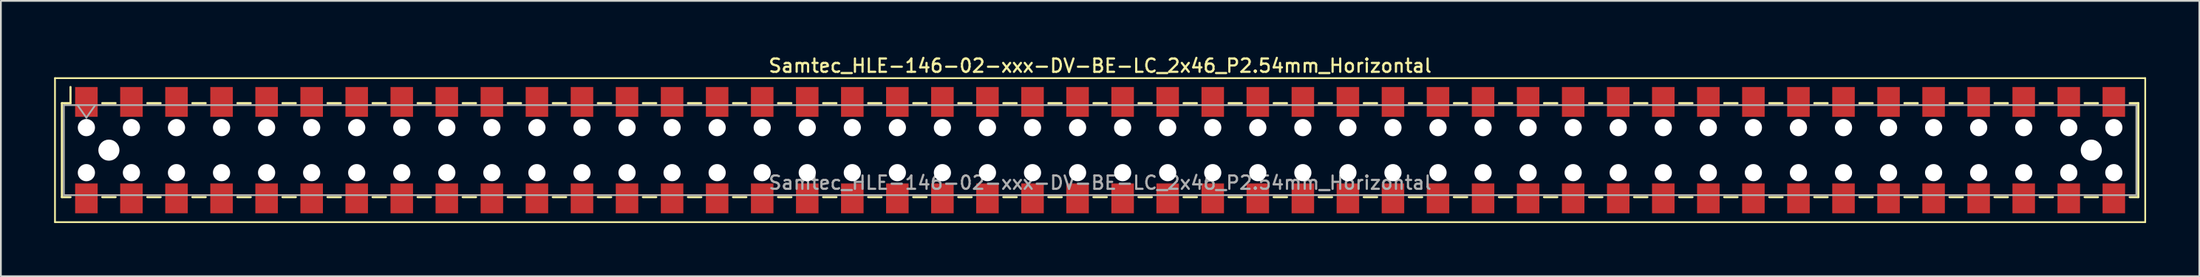
<source format=kicad_pcb>
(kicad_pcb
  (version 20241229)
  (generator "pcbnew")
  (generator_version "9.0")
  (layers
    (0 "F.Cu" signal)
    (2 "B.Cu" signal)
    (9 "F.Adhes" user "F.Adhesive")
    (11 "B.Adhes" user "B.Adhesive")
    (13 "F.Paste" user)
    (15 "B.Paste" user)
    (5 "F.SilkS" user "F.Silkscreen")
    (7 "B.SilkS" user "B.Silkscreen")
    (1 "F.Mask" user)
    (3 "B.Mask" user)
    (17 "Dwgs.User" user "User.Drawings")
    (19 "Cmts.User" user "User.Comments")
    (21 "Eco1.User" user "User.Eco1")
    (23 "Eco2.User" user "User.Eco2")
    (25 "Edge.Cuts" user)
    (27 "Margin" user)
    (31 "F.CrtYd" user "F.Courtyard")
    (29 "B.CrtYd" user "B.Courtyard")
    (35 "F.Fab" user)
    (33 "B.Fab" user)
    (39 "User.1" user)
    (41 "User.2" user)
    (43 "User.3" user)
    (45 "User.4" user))
  (footprint "Samtec_HLE-146-02-xxx-DV-BE-LC_2x46_P2.54mm_Horizontal"
    (layer "F.Cu")
    (at 58.97 5.418)
    (property "Reference" "Samtec_HLE-146-02-xxx-DV-BE-LC_2x46_P2.54mm_Horizontal" (at 0 -4.76 0) (layer "F.SilkS") (effects (font (size 0.75 0.75) (thickness 0.125))))
    (attr smd)
    (fp_line (start -58.92 -4.06) (end 58.92 -4.06) (stroke (width 0.1) (type solid)) (layer "F.SilkS"))
    (fp_line (start -58.92 4.06) (end -58.92 -4.06) (stroke (width 0.1) (type solid)) (layer "F.SilkS"))
    (fp_line (start -58.53 -2.65) (end -58.53 2.65) (stroke (width 0.12) (type solid)) (layer "F.SilkS"))
    (fp_line (start -58.53 2.65) (end -58.045 2.65) (stroke (width 0.12) (type solid)) (layer "F.SilkS"))
    (fp_line (start -58.045 -3.56) (end -58.045 -2.65) (stroke (width 0.12) (type solid)) (layer "F.SilkS"))
    (fp_line (start -58.045 -2.65) (end -58.53 -2.65) (stroke (width 0.12) (type solid)) (layer "F.SilkS"))
    (fp_line (start -56.255 -2.65) (end -55.505 -2.65) (stroke (width 0.12) (type solid)) (layer "F.SilkS"))
    (fp_line (start -56.255 2.65) (end -55.505 2.65) (stroke (width 0.12) (type solid)) (layer "F.SilkS"))
    (fp_line (start -53.715 -2.65) (end -52.965 -2.65) (stroke (width 0.12) (type solid)) (layer "F.SilkS"))
    (fp_line (start -53.715 2.65) (end -52.965 2.65) (stroke (width 0.12) (type solid)) (layer "F.SilkS"))
    (fp_line (start -51.175 -2.65) (end -50.425 -2.65) (stroke (width 0.12) (type solid)) (layer "F.SilkS"))
    (fp_line (start -51.175 2.65) (end -50.425 2.65) (stroke (width 0.12) (type solid)) (layer "F.SilkS"))
    (fp_line (start -48.635 -2.65) (end -47.885 -2.65) (stroke (width 0.12) (type solid)) (layer "F.SilkS"))
    (fp_line (start -48.635 2.65) (end -47.885 2.65) (stroke (width 0.12) (type solid)) (layer "F.SilkS"))
    (fp_line (start -46.095 -2.65) (end -45.345 -2.65) (stroke (width 0.12) (type solid)) (layer "F.SilkS"))
    (fp_line (start -46.095 2.65) (end -45.345 2.65) (stroke (width 0.12) (type solid)) (layer "F.SilkS"))
    (fp_line (start -43.555 -2.65) (end -42.805 -2.65) (stroke (width 0.12) (type solid)) (layer "F.SilkS"))
    (fp_line (start -43.555 2.65) (end -42.805 2.65) (stroke (width 0.12) (type solid)) (layer "F.SilkS"))
    (fp_line (start -41.015 -2.65) (end -40.265 -2.65) (stroke (width 0.12) (type solid)) (layer "F.SilkS"))
    (fp_line (start -41.015 2.65) (end -40.265 2.65) (stroke (width 0.12) (type solid)) (layer "F.SilkS"))
    (fp_line (start -38.475 -2.65) (end -37.725 -2.65) (stroke (width 0.12) (type solid)) (layer "F.SilkS"))
    (fp_line (start -38.475 2.65) (end -37.725 2.65) (stroke (width 0.12) (type solid)) (layer "F.SilkS"))
    (fp_line (start -35.935 -2.65) (end -35.185 -2.65) (stroke (width 0.12) (type solid)) (layer "F.SilkS"))
    (fp_line (start -35.935 2.65) (end -35.185 2.65) (stroke (width 0.12) (type solid)) (layer "F.SilkS"))
    (fp_line (start -33.395 -2.65) (end -32.645 -2.65) (stroke (width 0.12) (type solid)) (layer "F.SilkS"))
    (fp_line (start -33.395 2.65) (end -32.645 2.65) (stroke (width 0.12) (type solid)) (layer "F.SilkS"))
    (fp_line (start -30.855 -2.65) (end -30.105 -2.65) (stroke (width 0.12) (type solid)) (layer "F.SilkS"))
    (fp_line (start -30.855 2.65) (end -30.105 2.65) (stroke (width 0.12) (type solid)) (layer "F.SilkS"))
    (fp_line (start -28.315 -2.65) (end -27.565 -2.65) (stroke (width 0.12) (type solid)) (layer "F.SilkS"))
    (fp_line (start -28.315 2.65) (end -27.565 2.65) (stroke (width 0.12) (type solid)) (layer "F.SilkS"))
    (fp_line (start -25.775 -2.65) (end -25.025 -2.65) (stroke (width 0.12) (type solid)) (layer "F.SilkS"))
    (fp_line (start -25.775 2.65) (end -25.025 2.65) (stroke (width 0.12) (type solid)) (layer "F.SilkS"))
    (fp_line (start -23.235 -2.65) (end -22.485 -2.65) (stroke (width 0.12) (type solid)) (layer "F.SilkS"))
    (fp_line (start -23.235 2.65) (end -22.485 2.65) (stroke (width 0.12) (type solid)) (layer "F.SilkS"))
    (fp_line (start -20.695 -2.65) (end -19.945 -2.65) (stroke (width 0.12) (type solid)) (layer "F.SilkS"))
    (fp_line (start -20.695 2.65) (end -19.945 2.65) (stroke (width 0.12) (type solid)) (layer "F.SilkS"))
    (fp_line (start -18.155 -2.65) (end -17.405 -2.65) (stroke (width 0.12) (type solid)) (layer "F.SilkS"))
    (fp_line (start -18.155 2.65) (end -17.405 2.65) (stroke (width 0.12) (type solid)) (layer "F.SilkS"))
    (fp_line (start -15.615 -2.65) (end -14.865 -2.65) (stroke (width 0.12) (type solid)) (layer "F.SilkS"))
    (fp_line (start -15.615 2.65) (end -14.865 2.65) (stroke (width 0.12) (type solid)) (layer "F.SilkS"))
    (fp_line (start -13.075 -2.65) (end -12.325 -2.65) (stroke (width 0.12) (type solid)) (layer "F.SilkS"))
    (fp_line (start -13.075 2.65) (end -12.325 2.65) (stroke (width 0.12) (type solid)) (layer "F.SilkS"))
    (fp_line (start -10.535 -2.65) (end -9.785 -2.65) (stroke (width 0.12) (type solid)) (layer "F.SilkS"))
    (fp_line (start -10.535 2.65) (end -9.785 2.65) (stroke (width 0.12) (type solid)) (layer "F.SilkS"))
    (fp_line (start -7.995 -2.65) (end -7.245 -2.65) (stroke (width 0.12) (type solid)) (layer "F.SilkS"))
    (fp_line (start -7.995 2.65) (end -7.245 2.65) (stroke (width 0.12) (type solid)) (layer "F.SilkS"))
    (fp_line (start -5.455 -2.65) (end -4.705 -2.65) (stroke (width 0.12) (type solid)) (layer "F.SilkS"))
    (fp_line (start -5.455 2.65) (end -4.705 2.65) (stroke (width 0.12) (type solid)) (layer "F.SilkS"))
    (fp_line (start -2.915 -2.65) (end -2.165 -2.65) (stroke (width 0.12) (type solid)) (layer "F.SilkS"))
    (fp_line (start -2.915 2.65) (end -2.165 2.65) (stroke (width 0.12) (type solid)) (layer "F.SilkS"))
    (fp_line (start -0.375 -2.65) (end 0.375 -2.65) (stroke (width 0.12) (type solid)) (layer "F.SilkS"))
    (fp_line (start -0.375 2.65) (end 0.375 2.65) (stroke (width 0.12) (type solid)) (layer "F.SilkS"))
    (fp_line (start 2.165 -2.65) (end 2.915 -2.65) (stroke (width 0.12) (type solid)) (layer "F.SilkS"))
    (fp_line (start 2.165 2.65) (end 2.915 2.65) (stroke (width 0.12) (type solid)) (layer "F.SilkS"))
    (fp_line (start 4.705 -2.65) (end 5.455 -2.65) (stroke (width 0.12) (type solid)) (layer "F.SilkS"))
    (fp_line (start 4.705 2.65) (end 5.455 2.65) (stroke (width 0.12) (type solid)) (layer "F.SilkS"))
    (fp_line (start 7.245 -2.65) (end 7.995 -2.65) (stroke (width 0.12) (type solid)) (layer "F.SilkS"))
    (fp_line (start 7.245 2.65) (end 7.995 2.65) (stroke (width 0.12) (type solid)) (layer "F.SilkS"))
    (fp_line (start 9.785 -2.65) (end 10.535 -2.65) (stroke (width 0.12) (type solid)) (layer "F.SilkS"))
    (fp_line (start 9.785 2.65) (end 10.535 2.65) (stroke (width 0.12) (type solid)) (layer "F.SilkS"))
    (fp_line (start 12.325 -2.65) (end 13.075 -2.65) (stroke (width 0.12) (type solid)) (layer "F.SilkS"))
    (fp_line (start 12.325 2.65) (end 13.075 2.65) (stroke (width 0.12) (type solid)) (layer "F.SilkS"))
    (fp_line (start 14.865 -2.65) (end 15.615 -2.65) (stroke (width 0.12) (type solid)) (layer "F.SilkS"))
    (fp_line (start 14.865 2.65) (end 15.615 2.65) (stroke (width 0.12) (type solid)) (layer "F.SilkS"))
    (fp_line (start 17.405 -2.65) (end 18.155 -2.65) (stroke (width 0.12) (type solid)) (layer "F.SilkS"))
    (fp_line (start 17.405 2.65) (end 18.155 2.65) (stroke (width 0.12) (type solid)) (layer "F.SilkS"))
    (fp_line (start 19.945 -2.65) (end 20.695 -2.65) (stroke (width 0.12) (type solid)) (layer "F.SilkS"))
    (fp_line (start 19.945 2.65) (end 20.695 2.65) (stroke (width 0.12) (type solid)) (layer "F.SilkS"))
    (fp_line (start 22.485 -2.65) (end 23.235 -2.65) (stroke (width 0.12) (type solid)) (layer "F.SilkS"))
    (fp_line (start 22.485 2.65) (end 23.235 2.65) (stroke (width 0.12) (type solid)) (layer "F.SilkS"))
    (fp_line (start 25.025 -2.65) (end 25.775 -2.65) (stroke (width 0.12) (type solid)) (layer "F.SilkS"))
    (fp_line (start 25.025 2.65) (end 25.775 2.65) (stroke (width 0.12) (type solid)) (layer "F.SilkS"))
    (fp_line (start 27.565 -2.65) (end 28.315 -2.65) (stroke (width 0.12) (type solid)) (layer "F.SilkS"))
    (fp_line (start 27.565 2.65) (end 28.315 2.65) (stroke (width 0.12) (type solid)) (layer "F.SilkS"))
    (fp_line (start 30.105 -2.65) (end 30.855 -2.65) (stroke (width 0.12) (type solid)) (layer "F.SilkS"))
    (fp_line (start 30.105 2.65) (end 30.855 2.65) (stroke (width 0.12) (type solid)) (layer "F.SilkS"))
    (fp_line (start 32.645 -2.65) (end 33.395 -2.65) (stroke (width 0.12) (type solid)) (layer "F.SilkS"))
    (fp_line (start 32.645 2.65) (end 33.395 2.65) (stroke (width 0.12) (type solid)) (layer "F.SilkS"))
    (fp_line (start 35.185 -2.65) (end 35.935 -2.65) (stroke (width 0.12) (type solid)) (layer "F.SilkS"))
    (fp_line (start 35.185 2.65) (end 35.935 2.65) (stroke (width 0.12) (type solid)) (layer "F.SilkS"))
    (fp_line (start 37.725 -2.65) (end 38.475 -2.65) (stroke (width 0.12) (type solid)) (layer "F.SilkS"))
    (fp_line (start 37.725 2.65) (end 38.475 2.65) (stroke (width 0.12) (type solid)) (layer "F.SilkS"))
    (fp_line (start 40.265 -2.65) (end 41.015 -2.65) (stroke (width 0.12) (type solid)) (layer "F.SilkS"))
    (fp_line (start 40.265 2.65) (end 41.015 2.65) (stroke (width 0.12) (type solid)) (layer "F.SilkS"))
    (fp_line (start 42.805 -2.65) (end 43.555 -2.65) (stroke (width 0.12) (type solid)) (layer "F.SilkS"))
    (fp_line (start 42.805 2.65) (end 43.555 2.65) (stroke (width 0.12) (type solid)) (layer "F.SilkS"))
    (fp_line (start 45.345 -2.65) (end 46.095 -2.65) (stroke (width 0.12) (type solid)) (layer "F.SilkS"))
    (fp_line (start 45.345 2.65) (end 46.095 2.65) (stroke (width 0.12) (type solid)) (layer "F.SilkS"))
    (fp_line (start 47.885 -2.65) (end 48.635 -2.65) (stroke (width 0.12) (type solid)) (layer "F.SilkS"))
    (fp_line (start 47.885 2.65) (end 48.635 2.65) (stroke (width 0.12) (type solid)) (layer "F.SilkS"))
    (fp_line (start 50.425 -2.65) (end 51.175 -2.65) (stroke (width 0.12) (type solid)) (layer "F.SilkS"))
    (fp_line (start 50.425 2.65) (end 51.175 2.65) (stroke (width 0.12) (type solid)) (layer "F.SilkS"))
    (fp_line (start 52.965 -2.65) (end 53.715 -2.65) (stroke (width 0.12) (type solid)) (layer "F.SilkS"))
    (fp_line (start 52.965 2.65) (end 53.715 2.65) (stroke (width 0.12) (type solid)) (layer "F.SilkS"))
    (fp_line (start 55.505 -2.65) (end 56.255 -2.65) (stroke (width 0.12) (type solid)) (layer "F.SilkS"))
    (fp_line (start 55.505 2.65) (end 56.255 2.65) (stroke (width 0.12) (type solid)) (layer "F.SilkS"))
    (fp_line (start 58.045 -2.65) (end 58.53 -2.65) (stroke (width 0.12) (type solid)) (layer "F.SilkS"))
    (fp_line (start 58.53 -2.65) (end 58.53 2.65) (stroke (width 0.12) (type solid)) (layer "F.SilkS"))
    (fp_line (start 58.53 2.65) (end 58.045 2.65) (stroke (width 0.12) (type solid)) (layer "F.SilkS"))
    (fp_line (start 58.92 -4.06) (end 58.92 4.06) (stroke (width 0.1) (type solid)) (layer "F.SilkS"))
    (fp_line (start 58.92 4.06) (end -58.92 4.06) (stroke (width 0.1) (type solid)) (layer "F.SilkS"))
    (fp_line (start -58.42 -2.54) (end 58.42 -2.54) (stroke (width 0.1) (type solid)) (layer "F.Fab"))
    (fp_line (start -58.42 2.54) (end -58.42 -2.54) (stroke (width 0.1) (type solid)) (layer "F.Fab"))
    (fp_line (start -57.65 -2.54) (end -57.15 -1.833) (stroke (width 0.1) (type solid)) (layer "F.Fab"))
    (fp_line (start -57.15 -1.833) (end -56.65 -2.54) (stroke (width 0.1) (type solid)) (layer "F.Fab"))
    (fp_line (start 58.42 -2.54) (end 58.42 2.54) (stroke (width 0.1) (type solid)) (layer "F.Fab"))
    (fp_line (start 58.42 2.54) (end -58.42 2.54) (stroke (width 0.1) (type solid)) (layer "F.Fab"))
    (fp_text user "${REFERENCE}" (at 0 1.84 0) (layer "F.Fab") (effects (font (size 0.75 0.75) (thickness 0.125))))
    (pad "" np_thru_hole circle (at -57.15 -1.27) (size 0.97 0.97) (drill 0.97) (layers "*.Cu" "*.Mask"))
    (pad "" np_thru_hole circle (at -57.15 1.27) (size 0.97 0.97) (drill 0.97) (layers "*.Cu" "*.Mask"))
    (pad "" np_thru_hole circle (at -55.88 0) (size 1.19 1.19) (drill 1.19) (layers "*.Cu" "*.Mask"))
    (pad "" np_thru_hole circle (at -54.61 -1.27) (size 0.97 0.97) (drill 0.97) (layers "*.Cu" "*.Mask"))
    (pad "" np_thru_hole circle (at -54.61 1.27) (size 0.97 0.97) (drill 0.97) (layers "*.Cu" "*.Mask"))
    (pad "" np_thru_hole circle (at -52.07 -1.27) (size 0.97 0.97) (drill 0.97) (layers "*.Cu" "*.Mask"))
    (pad "" np_thru_hole circle (at -52.07 1.27) (size 0.97 0.97) (drill 0.97) (layers "*.Cu" "*.Mask"))
    (pad "" np_thru_hole circle (at -49.53 -1.27) (size 0.97 0.97) (drill 0.97) (layers "*.Cu" "*.Mask"))
    (pad "" np_thru_hole circle (at -49.53 1.27) (size 0.97 0.97) (drill 0.97) (layers "*.Cu" "*.Mask"))
    (pad "" np_thru_hole circle (at -46.99 -1.27) (size 0.97 0.97) (drill 0.97) (layers "*.Cu" "*.Mask"))
    (pad "" np_thru_hole circle (at -46.99 1.27) (size 0.97 0.97) (drill 0.97) (layers "*.Cu" "*.Mask"))
    (pad "" np_thru_hole circle (at -44.45 -1.27) (size 0.97 0.97) (drill 0.97) (layers "*.Cu" "*.Mask"))
    (pad "" np_thru_hole circle (at -44.45 1.27) (size 0.97 0.97) (drill 0.97) (layers "*.Cu" "*.Mask"))
    (pad "" np_thru_hole circle (at -41.91 -1.27) (size 0.97 0.97) (drill 0.97) (layers "*.Cu" "*.Mask"))
    (pad "" np_thru_hole circle (at -41.91 1.27) (size 0.97 0.97) (drill 0.97) (layers "*.Cu" "*.Mask"))
    (pad "" np_thru_hole circle (at -39.37 -1.27) (size 0.97 0.97) (drill 0.97) (layers "*.Cu" "*.Mask"))
    (pad "" np_thru_hole circle (at -39.37 1.27) (size 0.97 0.97) (drill 0.97) (layers "*.Cu" "*.Mask"))
    (pad "" np_thru_hole circle (at -36.83 -1.27) (size 0.97 0.97) (drill 0.97) (layers "*.Cu" "*.Mask"))
    (pad "" np_thru_hole circle (at -36.83 1.27) (size 0.97 0.97) (drill 0.97) (layers "*.Cu" "*.Mask"))
    (pad "" np_thru_hole circle (at -34.29 -1.27) (size 0.97 0.97) (drill 0.97) (layers "*.Cu" "*.Mask"))
    (pad "" np_thru_hole circle (at -34.29 1.27) (size 0.97 0.97) (drill 0.97) (layers "*.Cu" "*.Mask"))
    (pad "" np_thru_hole circle (at -31.75 -1.27) (size 0.97 0.97) (drill 0.97) (layers "*.Cu" "*.Mask"))
    (pad "" np_thru_hole circle (at -31.75 1.27) (size 0.97 0.97) (drill 0.97) (layers "*.Cu" "*.Mask"))
    (pad "" np_thru_hole circle (at -29.21 -1.27) (size 0.97 0.97) (drill 0.97) (layers "*.Cu" "*.Mask"))
    (pad "" np_thru_hole circle (at -29.21 1.27) (size 0.97 0.97) (drill 0.97) (layers "*.Cu" "*.Mask"))
    (pad "" np_thru_hole circle (at -26.67 -1.27) (size 0.97 0.97) (drill 0.97) (layers "*.Cu" "*.Mask"))
    (pad "" np_thru_hole circle (at -26.67 1.27) (size 0.97 0.97) (drill 0.97) (layers "*.Cu" "*.Mask"))
    (pad "" np_thru_hole circle (at -24.13 -1.27) (size 0.97 0.97) (drill 0.97) (layers "*.Cu" "*.Mask"))
    (pad "" np_thru_hole circle (at -24.13 1.27) (size 0.97 0.97) (drill 0.97) (layers "*.Cu" "*.Mask"))
    (pad "" np_thru_hole circle (at -21.59 -1.27) (size 0.97 0.97) (drill 0.97) (layers "*.Cu" "*.Mask"))
    (pad "" np_thru_hole circle (at -21.59 1.27) (size 0.97 0.97) (drill 0.97) (layers "*.Cu" "*.Mask"))
    (pad "" np_thru_hole circle (at -19.05 -1.27) (size 0.97 0.97) (drill 0.97) (layers "*.Cu" "*.Mask"))
    (pad "" np_thru_hole circle (at -19.05 1.27) (size 0.97 0.97) (drill 0.97) (layers "*.Cu" "*.Mask"))
    (pad "" np_thru_hole circle (at -16.51 -1.27) (size 0.97 0.97) (drill 0.97) (layers "*.Cu" "*.Mask"))
    (pad "" np_thru_hole circle (at -16.51 1.27) (size 0.97 0.97) (drill 0.97) (layers "*.Cu" "*.Mask"))
    (pad "" np_thru_hole circle (at -13.97 -1.27) (size 0.97 0.97) (drill 0.97) (layers "*.Cu" "*.Mask"))
    (pad "" np_thru_hole circle (at -13.97 1.27) (size 0.97 0.97) (drill 0.97) (layers "*.Cu" "*.Mask"))
    (pad "" np_thru_hole circle (at -11.43 -1.27) (size 0.97 0.97) (drill 0.97) (layers "*.Cu" "*.Mask"))
    (pad "" np_thru_hole circle (at -11.43 1.27) (size 0.97 0.97) (drill 0.97) (layers "*.Cu" "*.Mask"))
    (pad "" np_thru_hole circle (at -8.89 -1.27) (size 0.97 0.97) (drill 0.97) (layers "*.Cu" "*.Mask"))
    (pad "" np_thru_hole circle (at -8.89 1.27) (size 0.97 0.97) (drill 0.97) (layers "*.Cu" "*.Mask"))
    (pad "" np_thru_hole circle (at -6.35 -1.27) (size 0.97 0.97) (drill 0.97) (layers "*.Cu" "*.Mask"))
    (pad "" np_thru_hole circle (at -6.35 1.27) (size 0.97 0.97) (drill 0.97) (layers "*.Cu" "*.Mask"))
    (pad "" np_thru_hole circle (at -3.81 -1.27) (size 0.97 0.97) (drill 0.97) (layers "*.Cu" "*.Mask"))
    (pad "" np_thru_hole circle (at -3.81 1.27) (size 0.97 0.97) (drill 0.97) (layers "*.Cu" "*.Mask"))
    (pad "" np_thru_hole circle (at -1.27 -1.27) (size 0.97 0.97) (drill 0.97) (layers "*.Cu" "*.Mask"))
    (pad "" np_thru_hole circle (at -1.27 1.27) (size 0.97 0.97) (drill 0.97) (layers "*.Cu" "*.Mask"))
    (pad "" np_thru_hole circle (at 1.27 -1.27) (size 0.97 0.97) (drill 0.97) (layers "*.Cu" "*.Mask"))
    (pad "" np_thru_hole circle (at 1.27 1.27) (size 0.97 0.97) (drill 0.97) (layers "*.Cu" "*.Mask"))
    (pad "" np_thru_hole circle (at 3.81 -1.27) (size 0.97 0.97) (drill 0.97) (layers "*.Cu" "*.Mask"))
    (pad "" np_thru_hole circle (at 3.81 1.27) (size 0.97 0.97) (drill 0.97) (layers "*.Cu" "*.Mask"))
    (pad "" np_thru_hole circle (at 6.35 -1.27) (size 0.97 0.97) (drill 0.97) (layers "*.Cu" "*.Mask"))
    (pad "" np_thru_hole circle (at 6.35 1.27) (size 0.97 0.97) (drill 0.97) (layers "*.Cu" "*.Mask"))
    (pad "" np_thru_hole circle (at 8.89 -1.27) (size 0.97 0.97) (drill 0.97) (layers "*.Cu" "*.Mask"))
    (pad "" np_thru_hole circle (at 8.89 1.27) (size 0.97 0.97) (drill 0.97) (layers "*.Cu" "*.Mask"))
    (pad "" np_thru_hole circle (at 11.43 -1.27) (size 0.97 0.97) (drill 0.97) (layers "*.Cu" "*.Mask"))
    (pad "" np_thru_hole circle (at 11.43 1.27) (size 0.97 0.97) (drill 0.97) (layers "*.Cu" "*.Mask"))
    (pad "" np_thru_hole circle (at 13.97 -1.27) (size 0.97 0.97) (drill 0.97) (layers "*.Cu" "*.Mask"))
    (pad "" np_thru_hole circle (at 13.97 1.27) (size 0.97 0.97) (drill 0.97) (layers "*.Cu" "*.Mask"))
    (pad "" np_thru_hole circle (at 16.51 -1.27) (size 0.97 0.97) (drill 0.97) (layers "*.Cu" "*.Mask"))
    (pad "" np_thru_hole circle (at 16.51 1.27) (size 0.97 0.97) (drill 0.97) (layers "*.Cu" "*.Mask"))
    (pad "" np_thru_hole circle (at 19.05 -1.27) (size 0.97 0.97) (drill 0.97) (layers "*.Cu" "*.Mask"))
    (pad "" np_thru_hole circle (at 19.05 1.27) (size 0.97 0.97) (drill 0.97) (layers "*.Cu" "*.Mask"))
    (pad "" np_thru_hole circle (at 21.59 -1.27) (size 0.97 0.97) (drill 0.97) (layers "*.Cu" "*.Mask"))
    (pad "" np_thru_hole circle (at 21.59 1.27) (size 0.97 0.97) (drill 0.97) (layers "*.Cu" "*.Mask"))
    (pad "" np_thru_hole circle (at 24.13 -1.27) (size 0.97 0.97) (drill 0.97) (layers "*.Cu" "*.Mask"))
    (pad "" np_thru_hole circle (at 24.13 1.27) (size 0.97 0.97) (drill 0.97) (layers "*.Cu" "*.Mask"))
    (pad "" np_thru_hole circle (at 26.67 -1.27) (size 0.97 0.97) (drill 0.97) (layers "*.Cu" "*.Mask"))
    (pad "" np_thru_hole circle (at 26.67 1.27) (size 0.97 0.97) (drill 0.97) (layers "*.Cu" "*.Mask"))
    (pad "" np_thru_hole circle (at 29.21 -1.27) (size 0.97 0.97) (drill 0.97) (layers "*.Cu" "*.Mask"))
    (pad "" np_thru_hole circle (at 29.21 1.27) (size 0.97 0.97) (drill 0.97) (layers "*.Cu" "*.Mask"))
    (pad "" np_thru_hole circle (at 31.75 -1.27) (size 0.97 0.97) (drill 0.97) (layers "*.Cu" "*.Mask"))
    (pad "" np_thru_hole circle (at 31.75 1.27) (size 0.97 0.97) (drill 0.97) (layers "*.Cu" "*.Mask"))
    (pad "" np_thru_hole circle (at 34.29 -1.27) (size 0.97 0.97) (drill 0.97) (layers "*.Cu" "*.Mask"))
    (pad "" np_thru_hole circle (at 34.29 1.27) (size 0.97 0.97) (drill 0.97) (layers "*.Cu" "*.Mask"))
    (pad "" np_thru_hole circle (at 36.83 -1.27) (size 0.97 0.97) (drill 0.97) (layers "*.Cu" "*.Mask"))
    (pad "" np_thru_hole circle (at 36.83 1.27) (size 0.97 0.97) (drill 0.97) (layers "*.Cu" "*.Mask"))
    (pad "" np_thru_hole circle (at 39.37 -1.27) (size 0.97 0.97) (drill 0.97) (layers "*.Cu" "*.Mask"))
    (pad "" np_thru_hole circle (at 39.37 1.27) (size 0.97 0.97) (drill 0.97) (layers "*.Cu" "*.Mask"))
    (pad "" np_thru_hole circle (at 41.91 -1.27) (size 0.97 0.97) (drill 0.97) (layers "*.Cu" "*.Mask"))
    (pad "" np_thru_hole circle (at 41.91 1.27) (size 0.97 0.97) (drill 0.97) (layers "*.Cu" "*.Mask"))
    (pad "" np_thru_hole circle (at 44.45 -1.27) (size 0.97 0.97) (drill 0.97) (layers "*.Cu" "*.Mask"))
    (pad "" np_thru_hole circle (at 44.45 1.27) (size 0.97 0.97) (drill 0.97) (layers "*.Cu" "*.Mask"))
    (pad "" np_thru_hole circle (at 46.99 -1.27) (size 0.97 0.97) (drill 0.97) (layers "*.Cu" "*.Mask"))
    (pad "" np_thru_hole circle (at 46.99 1.27) (size 0.97 0.97) (drill 0.97) (layers "*.Cu" "*.Mask"))
    (pad "" np_thru_hole circle (at 49.53 -1.27) (size 0.97 0.97) (drill 0.97) (layers "*.Cu" "*.Mask"))
    (pad "" np_thru_hole circle (at 49.53 1.27) (size 0.97 0.97) (drill 0.97) (layers "*.Cu" "*.Mask"))
    (pad "" np_thru_hole circle (at 52.07 -1.27) (size 0.97 0.97) (drill 0.97) (layers "*.Cu" "*.Mask"))
    (pad "" np_thru_hole circle (at 52.07 1.27) (size 0.97 0.97) (drill 0.97) (layers "*.Cu" "*.Mask"))
    (pad "" np_thru_hole circle (at 54.61 -1.27) (size 0.97 0.97) (drill 0.97) (layers "*.Cu" "*.Mask"))
    (pad "" np_thru_hole circle (at 54.61 1.27) (size 0.97 0.97) (drill 0.97) (layers "*.Cu" "*.Mask"))
    (pad "" np_thru_hole circle (at 55.88 0) (size 1.19 1.19) (drill 1.19) (layers "*.Cu" "*.Mask"))
    (pad "" np_thru_hole circle (at 57.15 -1.27) (size 0.97 0.97) (drill 0.97) (layers "*.Cu" "*.Mask"))
    (pad "" np_thru_hole circle (at 57.15 1.27) (size 0.97 0.97) (drill 0.97) (layers "*.Cu" "*.Mask"))
    (pad "1" smd rect (at -57.15 -2.72) (size 1.27 1.68) (layers "F.Cu" "F.Mask" "F.Paste"))
    (pad "2" smd rect (at -57.15 2.72) (size 1.27 1.68) (layers "F.Cu" "F.Mask" "F.Paste"))
    (pad "3" smd rect (at -54.61 -2.72) (size 1.27 1.68) (layers "F.Cu" "F.Mask" "F.Paste"))
    (pad "4" smd rect (at -54.61 2.72) (size 1.27 1.68) (layers "F.Cu" "F.Mask" "F.Paste"))
    (pad "5" smd rect (at -52.07 -2.72) (size 1.27 1.68) (layers "F.Cu" "F.Mask" "F.Paste"))
    (pad "6" smd rect (at -52.07 2.72) (size 1.27 1.68) (layers "F.Cu" "F.Mask" "F.Paste"))
    (pad "7" smd rect (at -49.53 -2.72) (size 1.27 1.68) (layers "F.Cu" "F.Mask" "F.Paste"))
    (pad "8" smd rect (at -49.53 2.72) (size 1.27 1.68) (layers "F.Cu" "F.Mask" "F.Paste"))
    (pad "9" smd rect (at -46.99 -2.72) (size 1.27 1.68) (layers "F.Cu" "F.Mask" "F.Paste"))
    (pad "10" smd rect (at -46.99 2.72) (size 1.27 1.68) (layers "F.Cu" "F.Mask" "F.Paste"))
    (pad "11" smd rect (at -44.45 -2.72) (size 1.27 1.68) (layers "F.Cu" "F.Mask" "F.Paste"))
    (pad "12" smd rect (at -44.45 2.72) (size 1.27 1.68) (layers "F.Cu" "F.Mask" "F.Paste"))
    (pad "13" smd rect (at -41.91 -2.72) (size 1.27 1.68) (layers "F.Cu" "F.Mask" "F.Paste"))
    (pad "14" smd rect (at -41.91 2.72) (size 1.27 1.68) (layers "F.Cu" "F.Mask" "F.Paste"))
    (pad "15" smd rect (at -39.37 -2.72) (size 1.27 1.68) (layers "F.Cu" "F.Mask" "F.Paste"))
    (pad "16" smd rect (at -39.37 2.72) (size 1.27 1.68) (layers "F.Cu" "F.Mask" "F.Paste"))
    (pad "17" smd rect (at -36.83 -2.72) (size 1.27 1.68) (layers "F.Cu" "F.Mask" "F.Paste"))
    (pad "18" smd rect (at -36.83 2.72) (size 1.27 1.68) (layers "F.Cu" "F.Mask" "F.Paste"))
    (pad "19" smd rect (at -34.29 -2.72) (size 1.27 1.68) (layers "F.Cu" "F.Mask" "F.Paste"))
    (pad "20" smd rect (at -34.29 2.72) (size 1.27 1.68) (layers "F.Cu" "F.Mask" "F.Paste"))
    (pad "21" smd rect (at -31.75 -2.72) (size 1.27 1.68) (layers "F.Cu" "F.Mask" "F.Paste"))
    (pad "22" smd rect (at -31.75 2.72) (size 1.27 1.68) (layers "F.Cu" "F.Mask" "F.Paste"))
    (pad "23" smd rect (at -29.21 -2.72) (size 1.27 1.68) (layers "F.Cu" "F.Mask" "F.Paste"))
    (pad "24" smd rect (at -29.21 2.72) (size 1.27 1.68) (layers "F.Cu" "F.Mask" "F.Paste"))
    (pad "25" smd rect (at -26.67 -2.72) (size 1.27 1.68) (layers "F.Cu" "F.Mask" "F.Paste"))
    (pad "26" smd rect (at -26.67 2.72) (size 1.27 1.68) (layers "F.Cu" "F.Mask" "F.Paste"))
    (pad "27" smd rect (at -24.13 -2.72) (size 1.27 1.68) (layers "F.Cu" "F.Mask" "F.Paste"))
    (pad "28" smd rect (at -24.13 2.72) (size 1.27 1.68) (layers "F.Cu" "F.Mask" "F.Paste"))
    (pad "29" smd rect (at -21.59 -2.72) (size 1.27 1.68) (layers "F.Cu" "F.Mask" "F.Paste"))
    (pad "30" smd rect (at -21.59 2.72) (size 1.27 1.68) (layers "F.Cu" "F.Mask" "F.Paste"))
    (pad "31" smd rect (at -19.05 -2.72) (size 1.27 1.68) (layers "F.Cu" "F.Mask" "F.Paste"))
    (pad "32" smd rect (at -19.05 2.72) (size 1.27 1.68) (layers "F.Cu" "F.Mask" "F.Paste"))
    (pad "33" smd rect (at -16.51 -2.72) (size 1.27 1.68) (layers "F.Cu" "F.Mask" "F.Paste"))
    (pad "34" smd rect (at -16.51 2.72) (size 1.27 1.68) (layers "F.Cu" "F.Mask" "F.Paste"))
    (pad "35" smd rect (at -13.97 -2.72) (size 1.27 1.68) (layers "F.Cu" "F.Mask" "F.Paste"))
    (pad "36" smd rect (at -13.97 2.72) (size 1.27 1.68) (layers "F.Cu" "F.Mask" "F.Paste"))
    (pad "37" smd rect (at -11.43 -2.72) (size 1.27 1.68) (layers "F.Cu" "F.Mask" "F.Paste"))
    (pad "38" smd rect (at -11.43 2.72) (size 1.27 1.68) (layers "F.Cu" "F.Mask" "F.Paste"))
    (pad "39" smd rect (at -8.89 -2.72) (size 1.27 1.68) (layers "F.Cu" "F.Mask" "F.Paste"))
    (pad "40" smd rect (at -8.89 2.72) (size 1.27 1.68) (layers "F.Cu" "F.Mask" "F.Paste"))
    (pad "41" smd rect (at -6.35 -2.72) (size 1.27 1.68) (layers "F.Cu" "F.Mask" "F.Paste"))
    (pad "42" smd rect (at -6.35 2.72) (size 1.27 1.68) (layers "F.Cu" "F.Mask" "F.Paste"))
    (pad "43" smd rect (at -3.81 -2.72) (size 1.27 1.68) (layers "F.Cu" "F.Mask" "F.Paste"))
    (pad "44" smd rect (at -3.81 2.72) (size 1.27 1.68) (layers "F.Cu" "F.Mask" "F.Paste"))
    (pad "45" smd rect (at -1.27 -2.72) (size 1.27 1.68) (layers "F.Cu" "F.Mask" "F.Paste"))
    (pad "46" smd rect (at -1.27 2.72) (size 1.27 1.68) (layers "F.Cu" "F.Mask" "F.Paste"))
    (pad "47" smd rect (at 1.27 -2.72) (size 1.27 1.68) (layers "F.Cu" "F.Mask" "F.Paste"))
    (pad "48" smd rect (at 1.27 2.72) (size 1.27 1.68) (layers "F.Cu" "F.Mask" "F.Paste"))
    (pad "49" smd rect (at 3.81 -2.72) (size 1.27 1.68) (layers "F.Cu" "F.Mask" "F.Paste"))
    (pad "50" smd rect (at 3.81 2.72) (size 1.27 1.68) (layers "F.Cu" "F.Mask" "F.Paste"))
    (pad "51" smd rect (at 6.35 -2.72) (size 1.27 1.68) (layers "F.Cu" "F.Mask" "F.Paste"))
    (pad "52" smd rect (at 6.35 2.72) (size 1.27 1.68) (layers "F.Cu" "F.Mask" "F.Paste"))
    (pad "53" smd rect (at 8.89 -2.72) (size 1.27 1.68) (layers "F.Cu" "F.Mask" "F.Paste"))
    (pad "54" smd rect (at 8.89 2.72) (size 1.27 1.68) (layers "F.Cu" "F.Mask" "F.Paste"))
    (pad "55" smd rect (at 11.43 -2.72) (size 1.27 1.68) (layers "F.Cu" "F.Mask" "F.Paste"))
    (pad "56" smd rect (at 11.43 2.72) (size 1.27 1.68) (layers "F.Cu" "F.Mask" "F.Paste"))
    (pad "57" smd rect (at 13.97 -2.72) (size 1.27 1.68) (layers "F.Cu" "F.Mask" "F.Paste"))
    (pad "58" smd rect (at 13.97 2.72) (size 1.27 1.68) (layers "F.Cu" "F.Mask" "F.Paste"))
    (pad "59" smd rect (at 16.51 -2.72) (size 1.27 1.68) (layers "F.Cu" "F.Mask" "F.Paste"))
    (pad "60" smd rect (at 16.51 2.72) (size 1.27 1.68) (layers "F.Cu" "F.Mask" "F.Paste"))
    (pad "61" smd rect (at 19.05 -2.72) (size 1.27 1.68) (layers "F.Cu" "F.Mask" "F.Paste"))
    (pad "62" smd rect (at 19.05 2.72) (size 1.27 1.68) (layers "F.Cu" "F.Mask" "F.Paste"))
    (pad "63" smd rect (at 21.59 -2.72) (size 1.27 1.68) (layers "F.Cu" "F.Mask" "F.Paste"))
    (pad "64" smd rect (at 21.59 2.72) (size 1.27 1.68) (layers "F.Cu" "F.Mask" "F.Paste"))
    (pad "65" smd rect (at 24.13 -2.72) (size 1.27 1.68) (layers "F.Cu" "F.Mask" "F.Paste"))
    (pad "66" smd rect (at 24.13 2.72) (size 1.27 1.68) (layers "F.Cu" "F.Mask" "F.Paste"))
    (pad "67" smd rect (at 26.67 -2.72) (size 1.27 1.68) (layers "F.Cu" "F.Mask" "F.Paste"))
    (pad "68" smd rect (at 26.67 2.72) (size 1.27 1.68) (layers "F.Cu" "F.Mask" "F.Paste"))
    (pad "69" smd rect (at 29.21 -2.72) (size 1.27 1.68) (layers "F.Cu" "F.Mask" "F.Paste"))
    (pad "70" smd rect (at 29.21 2.72) (size 1.27 1.68) (layers "F.Cu" "F.Mask" "F.Paste"))
    (pad "71" smd rect (at 31.75 -2.72) (size 1.27 1.68) (layers "F.Cu" "F.Mask" "F.Paste"))
    (pad "72" smd rect (at 31.75 2.72) (size 1.27 1.68) (layers "F.Cu" "F.Mask" "F.Paste"))
    (pad "73" smd rect (at 34.29 -2.72) (size 1.27 1.68) (layers "F.Cu" "F.Mask" "F.Paste"))
    (pad "74" smd rect (at 34.29 2.72) (size 1.27 1.68) (layers "F.Cu" "F.Mask" "F.Paste"))
    (pad "75" smd rect (at 36.83 -2.72) (size 1.27 1.68) (layers "F.Cu" "F.Mask" "F.Paste"))
    (pad "76" smd rect (at 36.83 2.72) (size 1.27 1.68) (layers "F.Cu" "F.Mask" "F.Paste"))
    (pad "77" smd rect (at 39.37 -2.72) (size 1.27 1.68) (layers "F.Cu" "F.Mask" "F.Paste"))
    (pad "78" smd rect (at 39.37 2.72) (size 1.27 1.68) (layers "F.Cu" "F.Mask" "F.Paste"))
    (pad "79" smd rect (at 41.91 -2.72) (size 1.27 1.68) (layers "F.Cu" "F.Mask" "F.Paste"))
    (pad "80" smd rect (at 41.91 2.72) (size 1.27 1.68) (layers "F.Cu" "F.Mask" "F.Paste"))
    (pad "81" smd rect (at 44.45 -2.72) (size 1.27 1.68) (layers "F.Cu" "F.Mask" "F.Paste"))
    (pad "82" smd rect (at 44.45 2.72) (size 1.27 1.68) (layers "F.Cu" "F.Mask" "F.Paste"))
    (pad "83" smd rect (at 46.99 -2.72) (size 1.27 1.68) (layers "F.Cu" "F.Mask" "F.Paste"))
    (pad "84" smd rect (at 46.99 2.72) (size 1.27 1.68) (layers "F.Cu" "F.Mask" "F.Paste"))
    (pad "85" smd rect (at 49.53 -2.72) (size 1.27 1.68) (layers "F.Cu" "F.Mask" "F.Paste"))
    (pad "86" smd rect (at 49.53 2.72) (size 1.27 1.68) (layers "F.Cu" "F.Mask" "F.Paste"))
    (pad "87" smd rect (at 52.07 -2.72) (size 1.27 1.68) (layers "F.Cu" "F.Mask" "F.Paste"))
    (pad "88" smd rect (at 52.07 2.72) (size 1.27 1.68) (layers "F.Cu" "F.Mask" "F.Paste"))
    (pad "89" smd rect (at 54.61 -2.72) (size 1.27 1.68) (layers "F.Cu" "F.Mask" "F.Paste"))
    (pad "90" smd rect (at 54.61 2.72) (size 1.27 1.68) (layers "F.Cu" "F.Mask" "F.Paste"))
    (pad "91" smd rect (at 57.15 -2.72) (size 1.27 1.68) (layers "F.Cu" "F.Mask" "F.Paste"))
    (pad "92" smd rect (at 57.15 2.72) (size 1.27 1.68) (layers "F.Cu" "F.Mask" "F.Paste")))
  (gr_rect
    (start -3 -3)
    (end 120.94 12.528)
    (stroke (width 0.1) (type default))
    (fill no)
    (layer "Edge.Cuts")))
</source>
